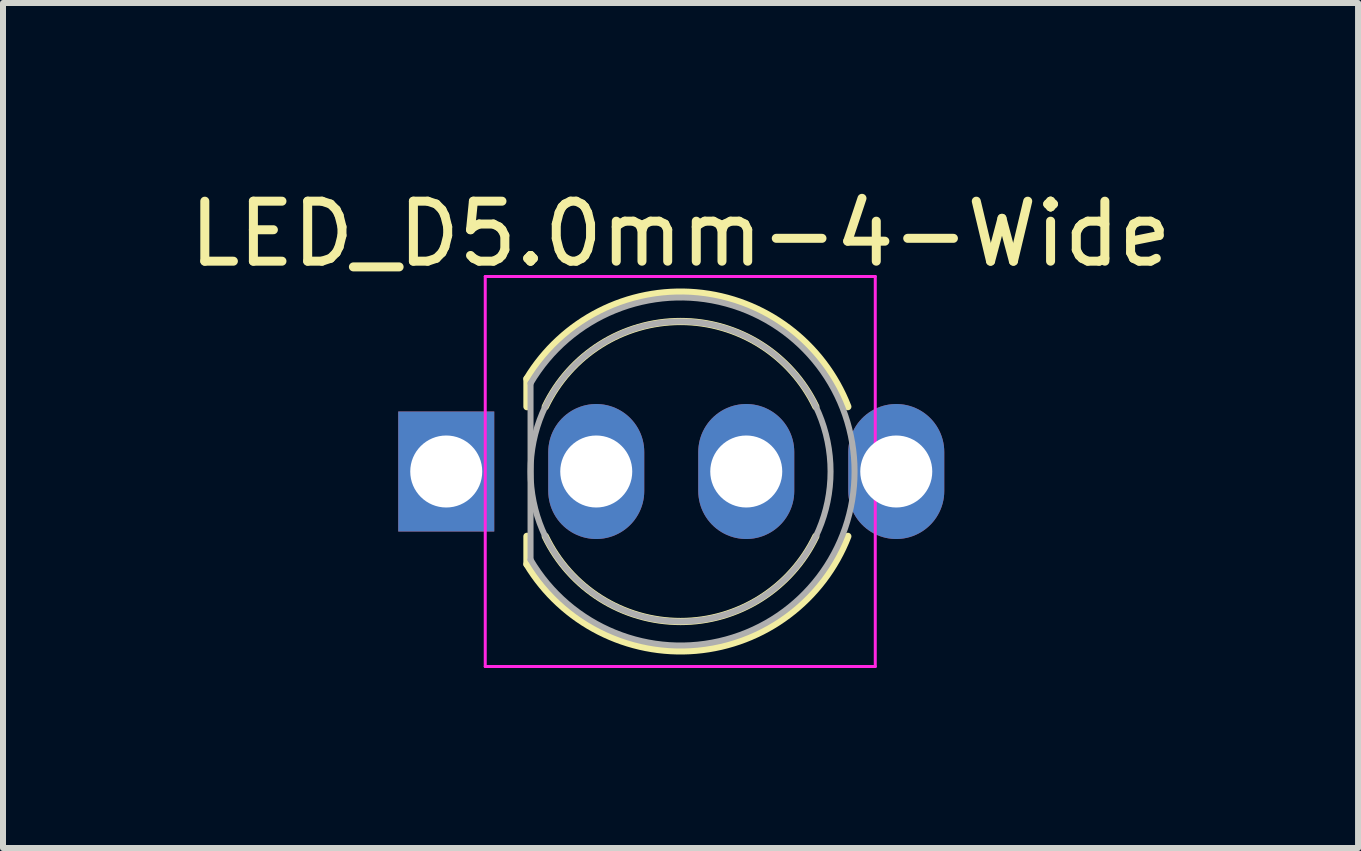
<source format=kicad_pcb>
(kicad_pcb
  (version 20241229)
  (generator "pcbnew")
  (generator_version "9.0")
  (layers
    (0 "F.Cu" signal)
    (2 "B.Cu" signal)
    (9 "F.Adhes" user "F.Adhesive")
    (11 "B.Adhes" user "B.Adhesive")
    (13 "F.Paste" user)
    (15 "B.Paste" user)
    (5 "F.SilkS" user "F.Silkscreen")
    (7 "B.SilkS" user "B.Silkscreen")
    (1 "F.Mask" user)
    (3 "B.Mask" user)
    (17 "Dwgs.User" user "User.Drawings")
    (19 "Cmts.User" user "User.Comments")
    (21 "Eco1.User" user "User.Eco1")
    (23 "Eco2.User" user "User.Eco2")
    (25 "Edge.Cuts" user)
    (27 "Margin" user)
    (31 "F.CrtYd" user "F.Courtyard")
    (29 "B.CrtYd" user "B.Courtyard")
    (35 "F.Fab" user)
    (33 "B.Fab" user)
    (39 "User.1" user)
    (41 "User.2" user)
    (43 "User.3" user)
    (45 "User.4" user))
  (footprint "LED_D5.0mm-4-Wide"
    (layer "F.Cu")
    (at 6.387 4.808)
    (property "Reference" "LED_D5.0mm-4-Wide" (at 1.905 -3.96 0) (layer "F.SilkS") (effects (font (size 1 1) (thickness 0.15))))
    (attr through_hole)
    (fp_line (start -0.655 -1.545) (end -0.655 -1.08) (stroke (width 0.12) (type solid)) (layer "F.SilkS"))
    (fp_line (start -0.655 1.08) (end -0.655 1.545) (stroke (width 0.12) (type solid)) (layer "F.SilkS"))
    (fp_arc (start -0.655 -1.54483) (mid 2.163456 -2.978809) (end 4.692815 -1.080827) (stroke (width 0.12) (type solid)) (layer "F.SilkS"))
    (fp_arc (start -0.349684 -1.08) (mid 1.904762 -2.5) (end 4.159479 -1.080429) (stroke (width 0.12) (type solid)) (layer "F.SilkS"))
    (fp_arc (start 4.159479 1.080429) (mid 1.904762 2.5) (end -0.349684 1.08) (stroke (width 0.12) (type solid)) (layer "F.SilkS"))
    (fp_arc (start 4.692815 1.080827) (mid 2.163456 2.978808) (end -0.655 1.54483) (stroke (width 0.12) (type solid)) (layer "F.SilkS"))
    (fp_line (start -1.35 -3.25) (end -1.35 3.25) (stroke (width 0.05) (type solid)) (layer "F.CrtYd"))
    (fp_line (start -1.35 3.25) (end 5.15 3.25) (stroke (width 0.05) (type solid)) (layer "F.CrtYd"))
    (fp_line (start 5.15 -3.25) (end -1.35 -3.25) (stroke (width 0.05) (type solid)) (layer "F.CrtYd"))
    (fp_line (start 5.15 3.25) (end 5.15 -3.25) (stroke (width 0.05) (type solid)) (layer "F.CrtYd"))
    (fp_line (start -0.595 -1.47) (end -0.595 1.47) (stroke (width 0.1) (type solid)) (layer "F.Fab"))
    (fp_arc (start -0.595 -1.469694) (mid 4.805 0.000016) (end -0.595016 1.469666) (stroke (width 0.1) (type solid)) (layer "F.Fab"))
    (fp_circle (center 1.905 0) (end 4.405 0) (stroke (width 0.1) (type solid)) (fill no) (layer "F.Fab"))
    (pad "1" thru_hole rect (at -2 0) (size 1.6 2) (drill 1.2) (layers "*.Cu" "*.Mask"))
    (pad "2" thru_hole oval (at 0.5 0) (size 1.6 2.25) (drill 1.2) (layers "*.Cu" "*.Mask"))
    (pad "3" thru_hole oval (at 3 0) (size 1.6 2.25) (drill 1.2) (layers "*.Cu" "*.Mask"))
    (pad "4" thru_hole oval (at 5.5 0) (size 1.6 2.25) (drill 1.2) (layers "*.Cu" "*.Mask")))
  (gr_rect
    (start -3 -3)
    (end 19.583 11.083)
    (stroke (width 0.1) (type default))
    (fill no)
    (layer "Edge.Cuts")))
</source>
